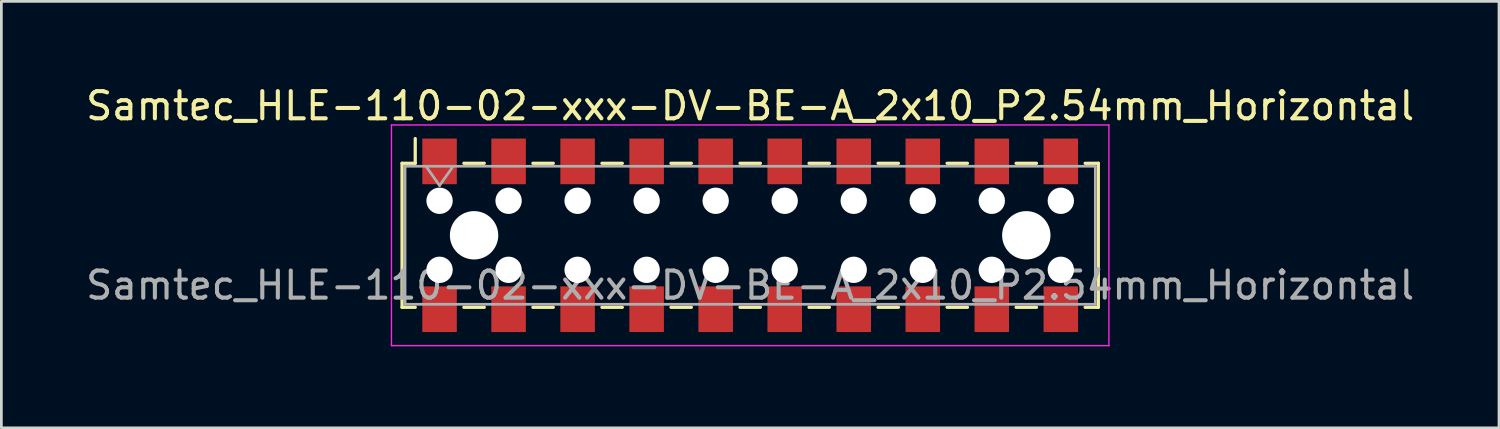
<source format=kicad_pcb>
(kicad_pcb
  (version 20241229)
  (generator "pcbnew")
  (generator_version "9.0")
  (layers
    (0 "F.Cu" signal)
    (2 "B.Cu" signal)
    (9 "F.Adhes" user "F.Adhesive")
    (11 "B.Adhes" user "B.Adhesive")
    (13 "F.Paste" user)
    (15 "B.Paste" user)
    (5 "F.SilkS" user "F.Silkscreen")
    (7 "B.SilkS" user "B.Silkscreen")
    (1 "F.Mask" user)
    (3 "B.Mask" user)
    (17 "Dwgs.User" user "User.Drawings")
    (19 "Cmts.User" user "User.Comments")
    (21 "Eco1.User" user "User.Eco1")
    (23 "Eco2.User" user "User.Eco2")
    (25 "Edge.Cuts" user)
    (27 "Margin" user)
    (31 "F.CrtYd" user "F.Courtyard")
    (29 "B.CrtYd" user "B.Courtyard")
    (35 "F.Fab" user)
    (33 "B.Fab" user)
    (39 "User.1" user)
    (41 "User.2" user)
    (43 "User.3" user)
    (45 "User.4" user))
  (footprint "Samtec_HLE-110-02-xxx-DV-BE-A_2x10_P2.54mm_Horizontal"
    (layer "F.Cu")
    (at 24.554 5.608)
    (property "Reference" "Samtec_HLE-110-02-xxx-DV-BE-A_2x10_P2.54mm_Horizontal" (at 0 -4.76 0) (layer "F.SilkS") (effects (font (size 1 1) (thickness 0.15))))
    (attr smd)
    (fp_line (start -12.81 -2.65) (end -12.81 2.65) (stroke (width 0.12) (type solid)) (layer "F.SilkS"))
    (fp_line (start -12.81 2.65) (end -12.325 2.65) (stroke (width 0.12) (type solid)) (layer "F.SilkS"))
    (fp_line (start -12.325 -3.56) (end -12.325 -2.65) (stroke (width 0.12) (type solid)) (layer "F.SilkS"))
    (fp_line (start -12.325 -2.65) (end -12.81 -2.65) (stroke (width 0.12) (type solid)) (layer "F.SilkS"))
    (fp_line (start -10.535 -2.65) (end -9.785 -2.65) (stroke (width 0.12) (type solid)) (layer "F.SilkS"))
    (fp_line (start -10.535 2.65) (end -9.785 2.65) (stroke (width 0.12) (type solid)) (layer "F.SilkS"))
    (fp_line (start -7.995 -2.65) (end -7.245 -2.65) (stroke (width 0.12) (type solid)) (layer "F.SilkS"))
    (fp_line (start -7.995 2.65) (end -7.245 2.65) (stroke (width 0.12) (type solid)) (layer "F.SilkS"))
    (fp_line (start -5.455 -2.65) (end -4.705 -2.65) (stroke (width 0.12) (type solid)) (layer "F.SilkS"))
    (fp_line (start -5.455 2.65) (end -4.705 2.65) (stroke (width 0.12) (type solid)) (layer "F.SilkS"))
    (fp_line (start -2.915 -2.65) (end -2.165 -2.65) (stroke (width 0.12) (type solid)) (layer "F.SilkS"))
    (fp_line (start -2.915 2.65) (end -2.165 2.65) (stroke (width 0.12) (type solid)) (layer "F.SilkS"))
    (fp_line (start -0.375 -2.65) (end 0.375 -2.65) (stroke (width 0.12) (type solid)) (layer "F.SilkS"))
    (fp_line (start -0.375 2.65) (end 0.375 2.65) (stroke (width 0.12) (type solid)) (layer "F.SilkS"))
    (fp_line (start 2.165 -2.65) (end 2.915 -2.65) (stroke (width 0.12) (type solid)) (layer "F.SilkS"))
    (fp_line (start 2.165 2.65) (end 2.915 2.65) (stroke (width 0.12) (type solid)) (layer "F.SilkS"))
    (fp_line (start 4.705 -2.65) (end 5.455 -2.65) (stroke (width 0.12) (type solid)) (layer "F.SilkS"))
    (fp_line (start 4.705 2.65) (end 5.455 2.65) (stroke (width 0.12) (type solid)) (layer "F.SilkS"))
    (fp_line (start 7.245 -2.65) (end 7.995 -2.65) (stroke (width 0.12) (type solid)) (layer "F.SilkS"))
    (fp_line (start 7.245 2.65) (end 7.995 2.65) (stroke (width 0.12) (type solid)) (layer "F.SilkS"))
    (fp_line (start 9.785 -2.65) (end 10.535 -2.65) (stroke (width 0.12) (type solid)) (layer "F.SilkS"))
    (fp_line (start 9.785 2.65) (end 10.535 2.65) (stroke (width 0.12) (type solid)) (layer "F.SilkS"))
    (fp_line (start 12.325 -2.65) (end 12.81 -2.65) (stroke (width 0.12) (type solid)) (layer "F.SilkS"))
    (fp_line (start 12.81 -2.65) (end 12.81 2.65) (stroke (width 0.12) (type solid)) (layer "F.SilkS"))
    (fp_line (start 12.81 2.65) (end 12.325 2.65) (stroke (width 0.12) (type solid)) (layer "F.SilkS"))
    (fp_line (start -13.2 -4.06) (end 13.2 -4.06) (stroke (width 0.05) (type solid)) (layer "F.CrtYd"))
    (fp_line (start -13.2 4.06) (end -13.2 -4.06) (stroke (width 0.05) (type solid)) (layer "F.CrtYd"))
    (fp_line (start 13.2 -4.06) (end 13.2 4.06) (stroke (width 0.05) (type solid)) (layer "F.CrtYd"))
    (fp_line (start 13.2 4.06) (end -13.2 4.06) (stroke (width 0.05) (type solid)) (layer "F.CrtYd"))
    (fp_line (start -12.7 -2.54) (end 12.7 -2.54) (stroke (width 0.1) (type solid)) (layer "F.Fab"))
    (fp_line (start -12.7 2.54) (end -12.7 -2.54) (stroke (width 0.1) (type solid)) (layer "F.Fab"))
    (fp_line (start -11.93 -2.54) (end -11.43 -1.833) (stroke (width 0.1) (type solid)) (layer "F.Fab"))
    (fp_line (start -11.43 -1.833) (end -10.93 -2.54) (stroke (width 0.1) (type solid)) (layer "F.Fab"))
    (fp_line (start 12.7 -2.54) (end 12.7 2.54) (stroke (width 0.1) (type solid)) (layer "F.Fab"))
    (fp_line (start 12.7 2.54) (end -12.7 2.54) (stroke (width 0.1) (type solid)) (layer "F.Fab"))
    (fp_text user "${REFERENCE}" (at 0 1.84 0) (layer "F.Fab") (effects (font (size 1 1) (thickness 0.15))))
    (pad "" np_thru_hole circle (at -11.43 -1.27) (size 0.97 0.97) (drill 0.97) (layers "*.Cu" "*.Mask"))
    (pad "" np_thru_hole circle (at -11.43 1.27) (size 0.97 0.97) (drill 0.97) (layers "*.Cu" "*.Mask"))
    (pad "" np_thru_hole circle (at -10.16 0) (size 1.78 1.78) (drill 1.78) (layers "*.Cu" "*.Mask"))
    (pad "" np_thru_hole circle (at -8.89 -1.27) (size 0.97 0.97) (drill 0.97) (layers "*.Cu" "*.Mask"))
    (pad "" np_thru_hole circle (at -8.89 1.27) (size 0.97 0.97) (drill 0.97) (layers "*.Cu" "*.Mask"))
    (pad "" np_thru_hole circle (at -6.35 -1.27) (size 0.97 0.97) (drill 0.97) (layers "*.Cu" "*.Mask"))
    (pad "" np_thru_hole circle (at -6.35 1.27) (size 0.97 0.97) (drill 0.97) (layers "*.Cu" "*.Mask"))
    (pad "" np_thru_hole circle (at -3.81 -1.27) (size 0.97 0.97) (drill 0.97) (layers "*.Cu" "*.Mask"))
    (pad "" np_thru_hole circle (at -3.81 1.27) (size 0.97 0.97) (drill 0.97) (layers "*.Cu" "*.Mask"))
    (pad "" np_thru_hole circle (at -1.27 -1.27) (size 0.97 0.97) (drill 0.97) (layers "*.Cu" "*.Mask"))
    (pad "" np_thru_hole circle (at -1.27 1.27) (size 0.97 0.97) (drill 0.97) (layers "*.Cu" "*.Mask"))
    (pad "" np_thru_hole circle (at 1.27 -1.27) (size 0.97 0.97) (drill 0.97) (layers "*.Cu" "*.Mask"))
    (pad "" np_thru_hole circle (at 1.27 1.27) (size 0.97 0.97) (drill 0.97) (layers "*.Cu" "*.Mask"))
    (pad "" np_thru_hole circle (at 3.81 -1.27) (size 0.97 0.97) (drill 0.97) (layers "*.Cu" "*.Mask"))
    (pad "" np_thru_hole circle (at 3.81 1.27) (size 0.97 0.97) (drill 0.97) (layers "*.Cu" "*.Mask"))
    (pad "" np_thru_hole circle (at 6.35 -1.27) (size 0.97 0.97) (drill 0.97) (layers "*.Cu" "*.Mask"))
    (pad "" np_thru_hole circle (at 6.35 1.27) (size 0.97 0.97) (drill 0.97) (layers "*.Cu" "*.Mask"))
    (pad "" np_thru_hole circle (at 8.89 -1.27) (size 0.97 0.97) (drill 0.97) (layers "*.Cu" "*.Mask"))
    (pad "" np_thru_hole circle (at 8.89 1.27) (size 0.97 0.97) (drill 0.97) (layers "*.Cu" "*.Mask"))
    (pad "" np_thru_hole circle (at 10.16 0) (size 1.78 1.78) (drill 1.78) (layers "*.Cu" "*.Mask"))
    (pad "" np_thru_hole circle (at 11.43 -1.27) (size 0.97 0.97) (drill 0.97) (layers "*.Cu" "*.Mask"))
    (pad "" np_thru_hole circle (at 11.43 1.27) (size 0.97 0.97) (drill 0.97) (layers "*.Cu" "*.Mask"))
    (pad "1" smd rect (at -11.43 -2.72) (size 1.27 1.68) (layers "F.Cu" "F.Mask" "F.Paste"))
    (pad "2" smd rect (at -11.43 2.72) (size 1.27 1.68) (layers "F.Cu" "F.Mask" "F.Paste"))
    (pad "3" smd rect (at -8.89 -2.72) (size 1.27 1.68) (layers "F.Cu" "F.Mask" "F.Paste"))
    (pad "4" smd rect (at -8.89 2.72) (size 1.27 1.68) (layers "F.Cu" "F.Mask" "F.Paste"))
    (pad "5" smd rect (at -6.35 -2.72) (size 1.27 1.68) (layers "F.Cu" "F.Mask" "F.Paste"))
    (pad "6" smd rect (at -6.35 2.72) (size 1.27 1.68) (layers "F.Cu" "F.Mask" "F.Paste"))
    (pad "7" smd rect (at -3.81 -2.72) (size 1.27 1.68) (layers "F.Cu" "F.Mask" "F.Paste"))
    (pad "8" smd rect (at -3.81 2.72) (size 1.27 1.68) (layers "F.Cu" "F.Mask" "F.Paste"))
    (pad "9" smd rect (at -1.27 -2.72) (size 1.27 1.68) (layers "F.Cu" "F.Mask" "F.Paste"))
    (pad "10" smd rect (at -1.27 2.72) (size 1.27 1.68) (layers "F.Cu" "F.Mask" "F.Paste"))
    (pad "11" smd rect (at 1.27 -2.72) (size 1.27 1.68) (layers "F.Cu" "F.Mask" "F.Paste"))
    (pad "12" smd rect (at 1.27 2.72) (size 1.27 1.68) (layers "F.Cu" "F.Mask" "F.Paste"))
    (pad "13" smd rect (at 3.81 -2.72) (size 1.27 1.68) (layers "F.Cu" "F.Mask" "F.Paste"))
    (pad "14" smd rect (at 3.81 2.72) (size 1.27 1.68) (layers "F.Cu" "F.Mask" "F.Paste"))
    (pad "15" smd rect (at 6.35 -2.72) (size 1.27 1.68) (layers "F.Cu" "F.Mask" "F.Paste"))
    (pad "16" smd rect (at 6.35 2.72) (size 1.27 1.68) (layers "F.Cu" "F.Mask" "F.Paste"))
    (pad "17" smd rect (at 8.89 -2.72) (size 1.27 1.68) (layers "F.Cu" "F.Mask" "F.Paste"))
    (pad "18" smd rect (at 8.89 2.72) (size 1.27 1.68) (layers "F.Cu" "F.Mask" "F.Paste"))
    (pad "19" smd rect (at 11.43 -2.72) (size 1.27 1.68) (layers "F.Cu" "F.Mask" "F.Paste"))
    (pad "20" smd rect (at 11.43 2.72) (size 1.27 1.68) (layers "F.Cu" "F.Mask" "F.Paste")))
  (gr_rect
    (start -3 -3)
    (end 52.107 12.693)
    (stroke (width 0.1) (type default))
    (fill no)
    (layer "Edge.Cuts")))
</source>
